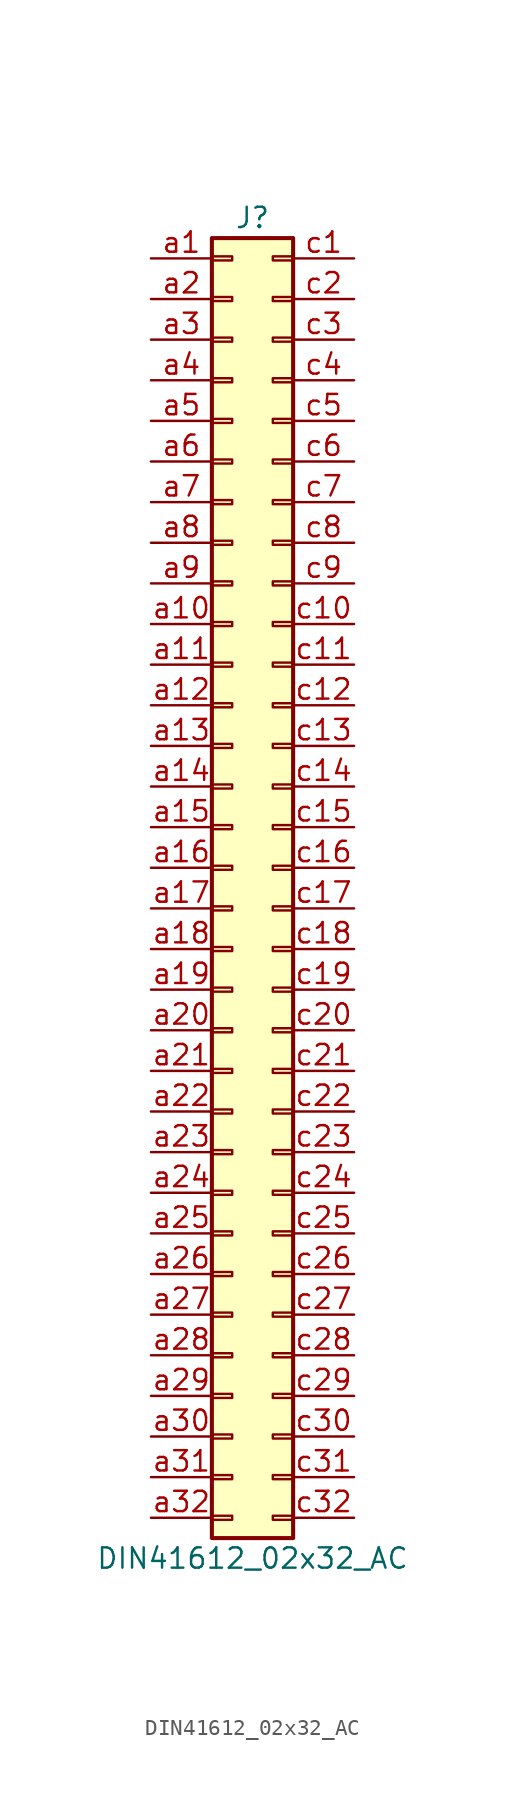
<source format=kicad_sym>
(kicad_symbol_lib
  (version 20220914)
  (generator kicad_symbol_editor)
  (symbol "DIN41612_02x32_AC"
    (pin_names
      (offset 1.016) hide)
    (property "Reference" "J"
      (at 1.27 40.64 0)
      (effects (font (size 1.27 1.27))))
    (property "Value" "DIN41612_02x32_AC"
      (at 1.27 -43.18 0)
      (effects (font (size 1.27 1.27))))
    (symbol "DIN41612_02x32_AC_1_1"
      (rectangle (start -1.27 -40.513) (end 0 -40.767) (stroke (width 0.152) (type solid)) (fill (type none)))
      (rectangle (start -1.27 -37.973) (end 0 -38.227) (stroke (width 0.152) (type solid)) (fill (type none)))
      (rectangle (start -1.27 -35.433) (end 0 -35.687) (stroke (width 0.152) (type solid)) (fill (type none)))
      (rectangle (start -1.27 -32.893) (end 0 -33.147) (stroke (width 0.152) (type solid)) (fill (type none)))
      (rectangle (start -1.27 -30.353) (end 0 -30.607) (stroke (width 0.152) (type solid)) (fill (type none)))
      (rectangle (start -1.27 -27.813) (end 0 -28.067) (stroke (width 0.152) (type solid)) (fill (type none)))
      (rectangle (start -1.27 -25.273) (end 0 -25.527) (stroke (width 0.152) (type solid)) (fill (type none)))
      (rectangle (start -1.27 -22.733) (end 0 -22.987) (stroke (width 0.152) (type solid)) (fill (type none)))
      (rectangle (start -1.27 -20.193) (end 0 -20.447) (stroke (width 0.152) (type solid)) (fill (type none)))
      (rectangle (start -1.27 -17.653) (end 0 -17.907) (stroke (width 0.152) (type solid)) (fill (type none)))
      (rectangle (start -1.27 -15.113) (end 0 -15.367) (stroke (width 0.152) (type solid)) (fill (type none)))
      (rectangle (start -1.27 -12.573) (end 0 -12.827) (stroke (width 0.152) (type solid)) (fill (type none)))
      (rectangle (start -1.27 -10.033) (end 0 -10.287) (stroke (width 0.152) (type solid)) (fill (type none)))
      (rectangle (start -1.27 -7.493) (end 0 -7.747) (stroke (width 0.152) (type solid)) (fill (type none)))
      (rectangle (start -1.27 -4.953) (end 0 -5.207) (stroke (width 0.152) (type solid)) (fill (type none)))
      (rectangle (start -1.27 -2.413) (end 0 -2.667) (stroke (width 0.152) (type solid)) (fill (type none)))
      (rectangle (start -1.27 0.127) (end 0 -0.127) (stroke (width 0.152) (type solid)) (fill (type none)))
      (rectangle (start -1.27 2.667) (end 0 2.413) (stroke (width 0.152) (type solid)) (fill (type none)))
      (rectangle (start -1.27 5.207) (end 0 4.953) (stroke (width 0.152) (type solid)) (fill (type none)))
      (rectangle (start -1.27 7.747) (end 0 7.493) (stroke (width 0.152) (type solid)) (fill (type none)))
      (rectangle (start -1.27 10.287) (end 0 10.033) (stroke (width 0.152) (type solid)) (fill (type none)))
      (rectangle (start -1.27 12.827) (end 0 12.573) (stroke (width 0.152) (type solid)) (fill (type none)))
      (rectangle (start -1.27 15.367) (end 0 15.113) (stroke (width 0.152) (type solid)) (fill (type none)))
      (rectangle (start -1.27 17.907) (end 0 17.653) (stroke (width 0.152) (type solid)) (fill (type none)))
      (rectangle (start -1.27 20.447) (end 0 20.193) (stroke (width 0.152) (type solid)) (fill (type none)))
      (rectangle (start -1.27 22.987) (end 0 22.733) (stroke (width 0.152) (type solid)) (fill (type none)))
      (rectangle (start -1.27 25.527) (end 0 25.273) (stroke (width 0.152) (type solid)) (fill (type none)))
      (rectangle (start -1.27 28.067) (end 0 27.813) (stroke (width 0.152) (type solid)) (fill (type none)))
      (rectangle (start -1.27 30.607) (end 0 30.353) (stroke (width 0.152) (type solid)) (fill (type none)))
      (rectangle (start -1.27 33.147) (end 0 32.893) (stroke (width 0.152) (type solid)) (fill (type none)))
      (rectangle (start -1.27 35.687) (end 0 35.433) (stroke (width 0.152) (type solid)) (fill (type none)))
      (rectangle (start -1.27 38.227) (end 0 37.973) (stroke (width 0.152) (type solid)) (fill (type none)))
      (rectangle (start -1.27 39.37) (end 3.81 -41.91) (stroke (width 0.254) (type solid)) (fill (type background)))
      (rectangle (start 3.81 -40.513) (end 2.54 -40.767) (stroke (width 0.152) (type solid)) (fill (type none)))
      (rectangle (start 3.81 -37.973) (end 2.54 -38.227) (stroke (width 0.152) (type solid)) (fill (type none)))
      (rectangle (start 3.81 -35.433) (end 2.54 -35.687) (stroke (width 0.152) (type solid)) (fill (type none)))
      (rectangle (start 3.81 -32.893) (end 2.54 -33.147) (stroke (width 0.152) (type solid)) (fill (type none)))
      (rectangle (start 3.81 -30.353) (end 2.54 -30.607) (stroke (width 0.152) (type solid)) (fill (type none)))
      (rectangle (start 3.81 -27.813) (end 2.54 -28.067) (stroke (width 0.152) (type solid)) (fill (type none)))
      (rectangle (start 3.81 -25.273) (end 2.54 -25.527) (stroke (width 0.152) (type solid)) (fill (type none)))
      (rectangle (start 3.81 -22.733) (end 2.54 -22.987) (stroke (width 0.152) (type solid)) (fill (type none)))
      (rectangle (start 3.81 -20.193) (end 2.54 -20.447) (stroke (width 0.152) (type solid)) (fill (type none)))
      (rectangle (start 3.81 -17.653) (end 2.54 -17.907) (stroke (width 0.152) (type solid)) (fill (type none)))
      (rectangle (start 3.81 -15.113) (end 2.54 -15.367) (stroke (width 0.152) (type solid)) (fill (type none)))
      (rectangle (start 3.81 -12.573) (end 2.54 -12.827) (stroke (width 0.152) (type solid)) (fill (type none)))
      (rectangle (start 3.81 -10.033) (end 2.54 -10.287) (stroke (width 0.152) (type solid)) (fill (type none)))
      (rectangle (start 3.81 -7.493) (end 2.54 -7.747) (stroke (width 0.152) (type solid)) (fill (type none)))
      (rectangle (start 3.81 -4.953) (end 2.54 -5.207) (stroke (width 0.152) (type solid)) (fill (type none)))
      (rectangle (start 3.81 -2.413) (end 2.54 -2.667) (stroke (width 0.152) (type solid)) (fill (type none)))
      (rectangle (start 3.81 0.127) (end 2.54 -0.127) (stroke (width 0.152) (type solid)) (fill (type none)))
      (rectangle (start 3.81 2.667) (end 2.54 2.413) (stroke (width 0.152) (type solid)) (fill (type none)))
      (rectangle (start 3.81 5.207) (end 2.54 4.953) (stroke (width 0.152) (type solid)) (fill (type none)))
      (rectangle (start 3.81 7.747) (end 2.54 7.493) (stroke (width 0.152) (type solid)) (fill (type none)))
      (rectangle (start 3.81 10.287) (end 2.54 10.033) (stroke (width 0.152) (type solid)) (fill (type none)))
      (rectangle (start 3.81 12.827) (end 2.54 12.573) (stroke (width 0.152) (type solid)) (fill (type none)))
      (rectangle (start 3.81 15.367) (end 2.54 15.113) (stroke (width 0.152) (type solid)) (fill (type none)))
      (rectangle (start 3.81 17.907) (end 2.54 17.653) (stroke (width 0.152) (type solid)) (fill (type none)))
      (rectangle (start 3.81 20.447) (end 2.54 20.193) (stroke (width 0.152) (type solid)) (fill (type none)))
      (rectangle (start 3.81 22.987) (end 2.54 22.733) (stroke (width 0.152) (type solid)) (fill (type none)))
      (rectangle (start 3.81 25.527) (end 2.54 25.273) (stroke (width 0.152) (type solid)) (fill (type none)))
      (rectangle (start 3.81 28.067) (end 2.54 27.813) (stroke (width 0.152) (type solid)) (fill (type none)))
      (rectangle (start 3.81 30.607) (end 2.54 30.353) (stroke (width 0.152) (type solid)) (fill (type none)))
      (rectangle (start 3.81 33.147) (end 2.54 32.893) (stroke (width 0.152) (type solid)) (fill (type none)))
      (rectangle (start 3.81 35.687) (end 2.54 35.433) (stroke (width 0.152) (type solid)) (fill (type none)))
      (rectangle (start 3.81 38.227) (end 2.54 37.973) (stroke (width 0.152) (type solid)) (fill (type none)))
      (pin passive line (at -5.08 38.1 0) (length 3.81) (name "Pin_a1" (effects (font (size 1.27 1.27)))) (number "a1" (effects (font (size 1.27 1.27)))))
      (pin passive line (at -5.08 15.24 0) (length 3.81) (name "Pin_a10" (effects (font (size 1.27 1.27)))) (number "a10" (effects (font (size 1.27 1.27)))))
      (pin passive line (at -5.08 12.7 0) (length 3.81) (name "Pin_a11" (effects (font (size 1.27 1.27)))) (number "a11" (effects (font (size 1.27 1.27)))))
      (pin passive line (at -5.08 10.16 0) (length 3.81) (name "Pin_a12" (effects (font (size 1.27 1.27)))) (number "a12" (effects (font (size 1.27 1.27)))))
      (pin passive line (at -5.08 7.62 0) (length 3.81) (name "Pin_a13" (effects (font (size 1.27 1.27)))) (number "a13" (effects (font (size 1.27 1.27)))))
      (pin passive line (at -5.08 5.08 0) (length 3.81) (name "Pin_a14" (effects (font (size 1.27 1.27)))) (number "a14" (effects (font (size 1.27 1.27)))))
      (pin passive line (at -5.08 2.54 0) (length 3.81) (name "Pin_a15" (effects (font (size 1.27 1.27)))) (number "a15" (effects (font (size 1.27 1.27)))))
      (pin passive line (at -5.08 0 0) (length 3.81) (name "Pin_a16" (effects (font (size 1.27 1.27)))) (number "a16" (effects (font (size 1.27 1.27)))))
      (pin passive line (at -5.08 -2.54 0) (length 3.81) (name "Pin_a17" (effects (font (size 1.27 1.27)))) (number "a17" (effects (font (size 1.27 1.27)))))
      (pin passive line (at -5.08 -5.08 0) (length 3.81) (name "Pin_a18" (effects (font (size 1.27 1.27)))) (number "a18" (effects (font (size 1.27 1.27)))))
      (pin passive line (at -5.08 -7.62 0) (length 3.81) (name "Pin_a19" (effects (font (size 1.27 1.27)))) (number "a19" (effects (font (size 1.27 1.27)))))
      (pin passive line (at -5.08 35.56 0) (length 3.81) (name "Pin_a2" (effects (font (size 1.27 1.27)))) (number "a2" (effects (font (size 1.27 1.27)))))
      (pin passive line (at -5.08 -10.16 0) (length 3.81) (name "Pin_a20" (effects (font (size 1.27 1.27)))) (number "a20" (effects (font (size 1.27 1.27)))))
      (pin passive line (at -5.08 -12.7 0) (length 3.81) (name "Pin_a21" (effects (font (size 1.27 1.27)))) (number "a21" (effects (font (size 1.27 1.27)))))
      (pin passive line (at -5.08 -15.24 0) (length 3.81) (name "Pin_a22" (effects (font (size 1.27 1.27)))) (number "a22" (effects (font (size 1.27 1.27)))))
      (pin passive line (at -5.08 -17.78 0) (length 3.81) (name "Pin_a23" (effects (font (size 1.27 1.27)))) (number "a23" (effects (font (size 1.27 1.27)))))
      (pin passive line (at -5.08 -20.32 0) (length 3.81) (name "Pin_a24" (effects (font (size 1.27 1.27)))) (number "a24" (effects (font (size 1.27 1.27)))))
      (pin passive line (at -5.08 -22.86 0) (length 3.81) (name "Pin_a25" (effects (font (size 1.27 1.27)))) (number "a25" (effects (font (size 1.27 1.27)))))
      (pin passive line (at -5.08 -25.4 0) (length 3.81) (name "Pin_a26" (effects (font (size 1.27 1.27)))) (number "a26" (effects (font (size 1.27 1.27)))))
      (pin passive line (at -5.08 -27.94 0) (length 3.81) (name "Pin_a27" (effects (font (size 1.27 1.27)))) (number "a27" (effects (font (size 1.27 1.27)))))
      (pin passive line (at -5.08 -30.48 0) (length 3.81) (name "Pin_a28" (effects (font (size 1.27 1.27)))) (number "a28" (effects (font (size 1.27 1.27)))))
      (pin passive line (at -5.08 -33.02 0) (length 3.81) (name "Pin_a29" (effects (font (size 1.27 1.27)))) (number "a29" (effects (font (size 1.27 1.27)))))
      (pin passive line (at -5.08 33.02 0) (length 3.81) (name "Pin_a3" (effects (font (size 1.27 1.27)))) (number "a3" (effects (font (size 1.27 1.27)))))
      (pin passive line (at -5.08 -35.56 0) (length 3.81) (name "Pin_a30" (effects (font (size 1.27 1.27)))) (number "a30" (effects (font (size 1.27 1.27)))))
      (pin passive line (at -5.08 -38.1 0) (length 3.81) (name "Pin_a31" (effects (font (size 1.27 1.27)))) (number "a31" (effects (font (size 1.27 1.27)))))
      (pin passive line (at -5.08 -40.64 0) (length 3.81) (name "Pin_a32" (effects (font (size 1.27 1.27)))) (number "a32" (effects (font (size 1.27 1.27)))))
      (pin passive line (at -5.08 30.48 0) (length 3.81) (name "Pin_a4" (effects (font (size 1.27 1.27)))) (number "a4" (effects (font (size 1.27 1.27)))))
      (pin passive line (at -5.08 27.94 0) (length 3.81) (name "Pin_a5" (effects (font (size 1.27 1.27)))) (number "a5" (effects (font (size 1.27 1.27)))))
      (pin passive line (at -5.08 25.4 0) (length 3.81) (name "Pin_a6" (effects (font (size 1.27 1.27)))) (number "a6" (effects (font (size 1.27 1.27)))))
      (pin passive line (at -5.08 22.86 0) (length 3.81) (name "Pin_a7" (effects (font (size 1.27 1.27)))) (number "a7" (effects (font (size 1.27 1.27)))))
      (pin passive line (at -5.08 20.32 0) (length 3.81) (name "Pin_a8" (effects (font (size 1.27 1.27)))) (number "a8" (effects (font (size 1.27 1.27)))))
      (pin passive line (at -5.08 17.78 0) (length 3.81) (name "Pin_a9" (effects (font (size 1.27 1.27)))) (number "a9" (effects (font (size 1.27 1.27)))))
      (pin passive line (at 7.62 38.1 180) (length 3.81) (name "Pin_c1" (effects (font (size 1.27 1.27)))) (number "c1" (effects (font (size 1.27 1.27)))))
      (pin passive line (at 7.62 15.24 180) (length 3.81) (name "Pin_c10" (effects (font (size 1.27 1.27)))) (number "c10" (effects (font (size 1.27 1.27)))))
      (pin passive line (at 7.62 12.7 180) (length 3.81) (name "Pin_c11" (effects (font (size 1.27 1.27)))) (number "c11" (effects (font (size 1.27 1.27)))))
      (pin passive line (at 7.62 10.16 180) (length 3.81) (name "Pin_c12" (effects (font (size 1.27 1.27)))) (number "c12" (effects (font (size 1.27 1.27)))))
      (pin passive line (at 7.62 7.62 180) (length 3.81) (name "Pin_c13" (effects (font (size 1.27 1.27)))) (number "c13" (effects (font (size 1.27 1.27)))))
      (pin passive line (at 7.62 5.08 180) (length 3.81) (name "Pin_c14" (effects (font (size 1.27 1.27)))) (number "c14" (effects (font (size 1.27 1.27)))))
      (pin passive line (at 7.62 2.54 180) (length 3.81) (name "Pin_c15" (effects (font (size 1.27 1.27)))) (number "c15" (effects (font (size 1.27 1.27)))))
      (pin passive line (at 7.62 0 180) (length 3.81) (name "Pin_c16" (effects (font (size 1.27 1.27)))) (number "c16" (effects (font (size 1.27 1.27)))))
      (pin passive line (at 7.62 -2.54 180) (length 3.81) (name "Pin_c17" (effects (font (size 1.27 1.27)))) (number "c17" (effects (font (size 1.27 1.27)))))
      (pin passive line (at 7.62 -5.08 180) (length 3.81) (name "Pin_c18" (effects (font (size 1.27 1.27)))) (number "c18" (effects (font (size 1.27 1.27)))))
      (pin passive line (at 7.62 -7.62 180) (length 3.81) (name "Pin_c19" (effects (font (size 1.27 1.27)))) (number "c19" (effects (font (size 1.27 1.27)))))
      (pin passive line (at 7.62 35.56 180) (length 3.81) (name "Pin_c2" (effects (font (size 1.27 1.27)))) (number "c2" (effects (font (size 1.27 1.27)))))
      (pin passive line (at 7.62 -10.16 180) (length 3.81) (name "Pin_c20" (effects (font (size 1.27 1.27)))) (number "c20" (effects (font (size 1.27 1.27)))))
      (pin passive line (at 7.62 -12.7 180) (length 3.81) (name "Pin_c21" (effects (font (size 1.27 1.27)))) (number "c21" (effects (font (size 1.27 1.27)))))
      (pin passive line (at 7.62 -15.24 180) (length 3.81) (name "Pin_c22" (effects (font (size 1.27 1.27)))) (number "c22" (effects (font (size 1.27 1.27)))))
      (pin passive line (at 7.62 -17.78 180) (length 3.81) (name "Pin_c23" (effects (font (size 1.27 1.27)))) (number "c23" (effects (font (size 1.27 1.27)))))
      (pin passive line (at 7.62 -20.32 180) (length 3.81) (name "Pin_c24" (effects (font (size 1.27 1.27)))) (number "c24" (effects (font (size 1.27 1.27)))))
      (pin passive line (at 7.62 -22.86 180) (length 3.81) (name "Pin_c25" (effects (font (size 1.27 1.27)))) (number "c25" (effects (font (size 1.27 1.27)))))
      (pin passive line (at 7.62 -25.4 180) (length 3.81) (name "Pin_c26" (effects (font (size 1.27 1.27)))) (number "c26" (effects (font (size 1.27 1.27)))))
      (pin passive line (at 7.62 -27.94 180) (length 3.81) (name "Pin_c27" (effects (font (size 1.27 1.27)))) (number "c27" (effects (font (size 1.27 1.27)))))
      (pin passive line (at 7.62 -30.48 180) (length 3.81) (name "Pin_c28" (effects (font (size 1.27 1.27)))) (number "c28" (effects (font (size 1.27 1.27)))))
      (pin passive line (at 7.62 -33.02 180) (length 3.81) (name "Pin_c29" (effects (font (size 1.27 1.27)))) (number "c29" (effects (font (size 1.27 1.27)))))
      (pin passive line (at 7.62 33.02 180) (length 3.81) (name "Pin_c3" (effects (font (size 1.27 1.27)))) (number "c3" (effects (font (size 1.27 1.27)))))
      (pin passive line (at 7.62 -35.56 180) (length 3.81) (name "Pin_c30" (effects (font (size 1.27 1.27)))) (number "c30" (effects (font (size 1.27 1.27)))))
      (pin passive line (at 7.62 -38.1 180) (length 3.81) (name "Pin_c31" (effects (font (size 1.27 1.27)))) (number "c31" (effects (font (size 1.27 1.27)))))
      (pin passive line (at 7.62 -40.64 180) (length 3.81) (name "Pin_c32" (effects (font (size 1.27 1.27)))) (number "c32" (effects (font (size 1.27 1.27)))))
      (pin passive line (at 7.62 30.48 180) (length 3.81) (name "Pin_c4" (effects (font (size 1.27 1.27)))) (number "c4" (effects (font (size 1.27 1.27)))))
      (pin passive line (at 7.62 27.94 180) (length 3.81) (name "Pin_c5" (effects (font (size 1.27 1.27)))) (number "c5" (effects (font (size 1.27 1.27)))))
      (pin passive line (at 7.62 25.4 180) (length 3.81) (name "Pin_c6" (effects (font (size 1.27 1.27)))) (number "c6" (effects (font (size 1.27 1.27)))))
      (pin passive line (at 7.62 22.86 180) (length 3.81) (name "Pin_c7" (effects (font (size 1.27 1.27)))) (number "c7" (effects (font (size 1.27 1.27)))))
      (pin passive line (at 7.62 20.32 180) (length 3.81) (name "Pin_c8" (effects (font (size 1.27 1.27)))) (number "c8" (effects (font (size 1.27 1.27)))))
      (pin passive line (at 7.62 17.78 180) (length 3.81) (name "Pin_c9" (effects (font (size 1.27 1.27)))) (number "c9" (effects (font (size 1.27 1.27))))))))
</source>
